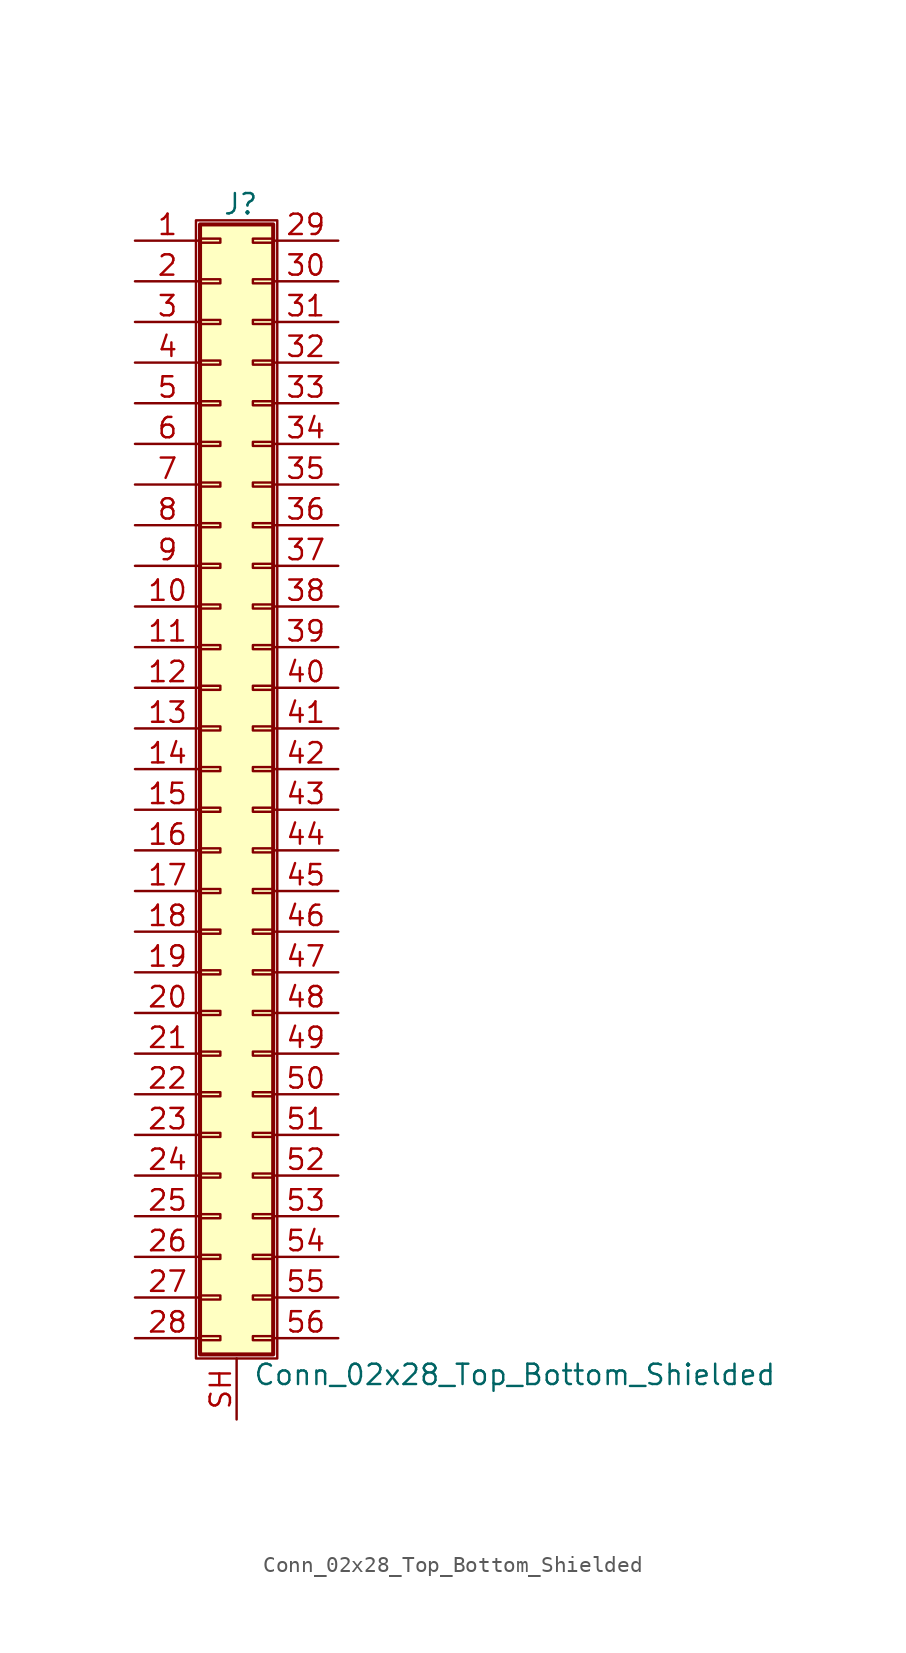
<source format=kicad_sym>
(kicad_symbol_lib
  (version 20201005)
  (generator kicad_symbol_editor)
  (symbol "Conn_02x28_Top_Bottom_Shielded"
    (pin_names
      (offset 1.016) hide)
    (property "Reference" "J"
      (at 1.524 35.306 0)
      (effects (font (size 1.27 1.27))))
    (property "Value" "Conn_02x28_Top_Bottom_Shielded"
      (at 2.286 -37.846 0)
      (effects (font (size 1.27 1.27)) (justify left)))
    (symbol "Conn_02x28_Top_Bottom_Shielded_1_1"
      (rectangle (start -1.27 34.29) (end 3.81 -36.83) (stroke (width 0.152)) (fill (type none)))
      (rectangle (start -1.016 -35.433) (end 0.254 -35.687) (stroke (width 0.152)) (fill (type none)))
      (rectangle (start -1.016 -32.893) (end 0.254 -33.147) (stroke (width 0.152)) (fill (type none)))
      (rectangle (start -1.016 -30.353) (end 0.254 -30.607) (stroke (width 0.152)) (fill (type none)))
      (rectangle (start -1.016 -27.813) (end 0.254 -28.067) (stroke (width 0.152)) (fill (type none)))
      (rectangle (start -1.016 -25.273) (end 0.254 -25.527) (stroke (width 0.152)) (fill (type none)))
      (rectangle (start -1.016 -22.733) (end 0.254 -22.987) (stroke (width 0.152)) (fill (type none)))
      (rectangle (start -1.016 -20.193) (end 0.254 -20.447) (stroke (width 0.152)) (fill (type none)))
      (rectangle (start -1.016 -17.653) (end 0.254 -17.907) (stroke (width 0.152)) (fill (type none)))
      (rectangle (start -1.016 -15.113) (end 0.254 -15.367) (stroke (width 0.152)) (fill (type none)))
      (rectangle (start -1.016 -12.573) (end 0.254 -12.827) (stroke (width 0.152)) (fill (type none)))
      (rectangle (start -1.016 -10.033) (end 0.254 -10.287) (stroke (width 0.152)) (fill (type none)))
      (rectangle (start -1.016 -7.493) (end 0.254 -7.747) (stroke (width 0.152)) (fill (type none)))
      (rectangle (start -1.016 -4.953) (end 0.254 -5.207) (stroke (width 0.152)) (fill (type none)))
      (rectangle (start -1.016 -2.413) (end 0.254 -2.667) (stroke (width 0.152)) (fill (type none)))
      (rectangle (start -1.016 0.127) (end 0.254 -0.127) (stroke (width 0.152)) (fill (type none)))
      (rectangle (start -1.016 2.667) (end 0.254 2.413) (stroke (width 0.152)) (fill (type none)))
      (rectangle (start -1.016 5.207) (end 0.254 4.953) (stroke (width 0.152)) (fill (type none)))
      (rectangle (start -1.016 7.747) (end 0.254 7.493) (stroke (width 0.152)) (fill (type none)))
      (rectangle (start -1.016 10.287) (end 0.254 10.033) (stroke (width 0.152)) (fill (type none)))
      (rectangle (start -1.016 12.827) (end 0.254 12.573) (stroke (width 0.152)) (fill (type none)))
      (rectangle (start -1.016 15.367) (end 0.254 15.113) (stroke (width 0.152)) (fill (type none)))
      (rectangle (start -1.016 17.907) (end 0.254 17.653) (stroke (width 0.152)) (fill (type none)))
      (rectangle (start -1.016 20.447) (end 0.254 20.193) (stroke (width 0.152)) (fill (type none)))
      (rectangle (start -1.016 22.987) (end 0.254 22.733) (stroke (width 0.152)) (fill (type none)))
      (rectangle (start -1.016 25.527) (end 0.254 25.273) (stroke (width 0.152)) (fill (type none)))
      (rectangle (start -1.016 28.067) (end 0.254 27.813) (stroke (width 0.152)) (fill (type none)))
      (rectangle (start -1.016 30.607) (end 0.254 30.353) (stroke (width 0.152)) (fill (type none)))
      (rectangle (start -1.016 33.147) (end 0.254 32.893) (stroke (width 0.152)) (fill (type none)))
      (rectangle (start -1.016 34.036) (end 3.556 -36.576) (stroke (width 0.254)) (fill (type background)))
      (rectangle (start 3.556 -35.433) (end 2.286 -35.687) (stroke (width 0.152)) (fill (type none)))
      (rectangle (start 3.556 -32.893) (end 2.286 -33.147) (stroke (width 0.152)) (fill (type none)))
      (rectangle (start 3.556 -30.353) (end 2.286 -30.607) (stroke (width 0.152)) (fill (type none)))
      (rectangle (start 3.556 -27.813) (end 2.286 -28.067) (stroke (width 0.152)) (fill (type none)))
      (rectangle (start 3.556 -25.273) (end 2.286 -25.527) (stroke (width 0.152)) (fill (type none)))
      (rectangle (start 3.556 -22.733) (end 2.286 -22.987) (stroke (width 0.152)) (fill (type none)))
      (rectangle (start 3.556 -20.193) (end 2.286 -20.447) (stroke (width 0.152)) (fill (type none)))
      (rectangle (start 3.556 -17.653) (end 2.286 -17.907) (stroke (width 0.152)) (fill (type none)))
      (rectangle (start 3.556 -15.113) (end 2.286 -15.367) (stroke (width 0.152)) (fill (type none)))
      (rectangle (start 3.556 -12.573) (end 2.286 -12.827) (stroke (width 0.152)) (fill (type none)))
      (rectangle (start 3.556 -10.033) (end 2.286 -10.287) (stroke (width 0.152)) (fill (type none)))
      (rectangle (start 3.556 -7.493) (end 2.286 -7.747) (stroke (width 0.152)) (fill (type none)))
      (rectangle (start 3.556 -4.953) (end 2.286 -5.207) (stroke (width 0.152)) (fill (type none)))
      (rectangle (start 3.556 -2.413) (end 2.286 -2.667) (stroke (width 0.152)) (fill (type none)))
      (rectangle (start 3.556 0.127) (end 2.286 -0.127) (stroke (width 0.152)) (fill (type none)))
      (rectangle (start 3.556 2.667) (end 2.286 2.413) (stroke (width 0.152)) (fill (type none)))
      (rectangle (start 3.556 5.207) (end 2.286 4.953) (stroke (width 0.152)) (fill (type none)))
      (rectangle (start 3.556 7.747) (end 2.286 7.493) (stroke (width 0.152)) (fill (type none)))
      (rectangle (start 3.556 10.287) (end 2.286 10.033) (stroke (width 0.152)) (fill (type none)))
      (rectangle (start 3.556 12.827) (end 2.286 12.573) (stroke (width 0.152)) (fill (type none)))
      (rectangle (start 3.556 15.367) (end 2.286 15.113) (stroke (width 0.152)) (fill (type none)))
      (rectangle (start 3.556 17.907) (end 2.286 17.653) (stroke (width 0.152)) (fill (type none)))
      (rectangle (start 3.556 20.447) (end 2.286 20.193) (stroke (width 0.152)) (fill (type none)))
      (rectangle (start 3.556 22.987) (end 2.286 22.733) (stroke (width 0.152)) (fill (type none)))
      (rectangle (start 3.556 25.527) (end 2.286 25.273) (stroke (width 0.152)) (fill (type none)))
      (rectangle (start 3.556 28.067) (end 2.286 27.813) (stroke (width 0.152)) (fill (type none)))
      (rectangle (start 3.556 30.607) (end 2.286 30.353) (stroke (width 0.152)) (fill (type none)))
      (rectangle (start 3.556 33.147) (end 2.286 32.893) (stroke (width 0.152)) (fill (type none)))
      (pin passive line (at -5.08 33.02 0) (length 4.064) (name "Pin_1" (effects (font (size 1.27 1.27)))) (number "1" (effects (font (size 1.27 1.27)))))
      (pin passive line (at -5.08 10.16 0) (length 4.064) (name "Pin_10" (effects (font (size 1.27 1.27)))) (number "10" (effects (font (size 1.27 1.27)))))
      (pin passive line (at -5.08 7.62 0) (length 4.064) (name "Pin_11" (effects (font (size 1.27 1.27)))) (number "11" (effects (font (size 1.27 1.27)))))
      (pin passive line (at -5.08 5.08 0) (length 4.064) (name "Pin_12" (effects (font (size 1.27 1.27)))) (number "12" (effects (font (size 1.27 1.27)))))
      (pin passive line (at -5.08 2.54 0) (length 4.064) (name "Pin_13" (effects (font (size 1.27 1.27)))) (number "13" (effects (font (size 1.27 1.27)))))
      (pin passive line (at -5.08 0 0) (length 4.064) (name "Pin_14" (effects (font (size 1.27 1.27)))) (number "14" (effects (font (size 1.27 1.27)))))
      (pin passive line (at -5.08 -2.54 0) (length 4.064) (name "Pin_15" (effects (font (size 1.27 1.27)))) (number "15" (effects (font (size 1.27 1.27)))))
      (pin passive line (at -5.08 -5.08 0) (length 4.064) (name "Pin_16" (effects (font (size 1.27 1.27)))) (number "16" (effects (font (size 1.27 1.27)))))
      (pin passive line (at -5.08 -7.62 0) (length 4.064) (name "Pin_17" (effects (font (size 1.27 1.27)))) (number "17" (effects (font (size 1.27 1.27)))))
      (pin passive line (at -5.08 -10.16 0) (length 4.064) (name "Pin_18" (effects (font (size 1.27 1.27)))) (number "18" (effects (font (size 1.27 1.27)))))
      (pin passive line (at -5.08 -12.7 0) (length 4.064) (name "Pin_19" (effects (font (size 1.27 1.27)))) (number "19" (effects (font (size 1.27 1.27)))))
      (pin passive line (at -5.08 30.48 0) (length 4.064) (name "Pin_2" (effects (font (size 1.27 1.27)))) (number "2" (effects (font (size 1.27 1.27)))))
      (pin passive line (at -5.08 -15.24 0) (length 4.064) (name "Pin_20" (effects (font (size 1.27 1.27)))) (number "20" (effects (font (size 1.27 1.27)))))
      (pin passive line (at -5.08 -17.78 0) (length 4.064) (name "Pin_21" (effects (font (size 1.27 1.27)))) (number "21" (effects (font (size 1.27 1.27)))))
      (pin passive line (at -5.08 -20.32 0) (length 4.064) (name "Pin_22" (effects (font (size 1.27 1.27)))) (number "22" (effects (font (size 1.27 1.27)))))
      (pin passive line (at -5.08 -22.86 0) (length 4.064) (name "Pin_23" (effects (font (size 1.27 1.27)))) (number "23" (effects (font (size 1.27 1.27)))))
      (pin passive line (at -5.08 -25.4 0) (length 4.064) (name "Pin_24" (effects (font (size 1.27 1.27)))) (number "24" (effects (font (size 1.27 1.27)))))
      (pin passive line (at -5.08 -27.94 0) (length 4.064) (name "Pin_25" (effects (font (size 1.27 1.27)))) (number "25" (effects (font (size 1.27 1.27)))))
      (pin passive line (at -5.08 -30.48 0) (length 4.064) (name "Pin_26" (effects (font (size 1.27 1.27)))) (number "26" (effects (font (size 1.27 1.27)))))
      (pin passive line (at -5.08 -33.02 0) (length 4.064) (name "Pin_27" (effects (font (size 1.27 1.27)))) (number "27" (effects (font (size 1.27 1.27)))))
      (pin passive line (at -5.08 -35.56 0) (length 4.064) (name "Pin_28" (effects (font (size 1.27 1.27)))) (number "28" (effects (font (size 1.27 1.27)))))
      (pin passive line (at 7.62 33.02 180) (length 4.064) (name "Pin_29" (effects (font (size 1.27 1.27)))) (number "29" (effects (font (size 1.27 1.27)))))
      (pin passive line (at -5.08 27.94 0) (length 4.064) (name "Pin_3" (effects (font (size 1.27 1.27)))) (number "3" (effects (font (size 1.27 1.27)))))
      (pin passive line (at 7.62 30.48 180) (length 4.064) (name "Pin_30" (effects (font (size 1.27 1.27)))) (number "30" (effects (font (size 1.27 1.27)))))
      (pin passive line (at 7.62 27.94 180) (length 4.064) (name "Pin_31" (effects (font (size 1.27 1.27)))) (number "31" (effects (font (size 1.27 1.27)))))
      (pin passive line (at 7.62 25.4 180) (length 4.064) (name "Pin_32" (effects (font (size 1.27 1.27)))) (number "32" (effects (font (size 1.27 1.27)))))
      (pin passive line (at 7.62 22.86 180) (length 4.064) (name "Pin_33" (effects (font (size 1.27 1.27)))) (number "33" (effects (font (size 1.27 1.27)))))
      (pin passive line (at 7.62 20.32 180) (length 4.064) (name "Pin_34" (effects (font (size 1.27 1.27)))) (number "34" (effects (font (size 1.27 1.27)))))
      (pin passive line (at 7.62 17.78 180) (length 4.064) (name "Pin_35" (effects (font (size 1.27 1.27)))) (number "35" (effects (font (size 1.27 1.27)))))
      (pin passive line (at 7.62 15.24 180) (length 4.064) (name "Pin_36" (effects (font (size 1.27 1.27)))) (number "36" (effects (font (size 1.27 1.27)))))
      (pin passive line (at 7.62 12.7 180) (length 4.064) (name "Pin_37" (effects (font (size 1.27 1.27)))) (number "37" (effects (font (size 1.27 1.27)))))
      (pin passive line (at 7.62 10.16 180) (length 4.064) (name "Pin_38" (effects (font (size 1.27 1.27)))) (number "38" (effects (font (size 1.27 1.27)))))
      (pin passive line (at 7.62 7.62 180) (length 4.064) (name "Pin_39" (effects (font (size 1.27 1.27)))) (number "39" (effects (font (size 1.27 1.27)))))
      (pin passive line (at -5.08 25.4 0) (length 4.064) (name "Pin_4" (effects (font (size 1.27 1.27)))) (number "4" (effects (font (size 1.27 1.27)))))
      (pin passive line (at 7.62 5.08 180) (length 4.064) (name "Pin_40" (effects (font (size 1.27 1.27)))) (number "40" (effects (font (size 1.27 1.27)))))
      (pin passive line (at 7.62 2.54 180) (length 4.064) (name "Pin_41" (effects (font (size 1.27 1.27)))) (number "41" (effects (font (size 1.27 1.27)))))
      (pin passive line (at 7.62 0 180) (length 4.064) (name "Pin_42" (effects (font (size 1.27 1.27)))) (number "42" (effects (font (size 1.27 1.27)))))
      (pin passive line (at 7.62 -2.54 180) (length 4.064) (name "Pin_43" (effects (font (size 1.27 1.27)))) (number "43" (effects (font (size 1.27 1.27)))))
      (pin passive line (at 7.62 -5.08 180) (length 4.064) (name "Pin_44" (effects (font (size 1.27 1.27)))) (number "44" (effects (font (size 1.27 1.27)))))
      (pin passive line (at 7.62 -7.62 180) (length 4.064) (name "Pin_45" (effects (font (size 1.27 1.27)))) (number "45" (effects (font (size 1.27 1.27)))))
      (pin passive line (at 7.62 -10.16 180) (length 4.064) (name "Pin_46" (effects (font (size 1.27 1.27)))) (number "46" (effects (font (size 1.27 1.27)))))
      (pin passive line (at 7.62 -12.7 180) (length 4.064) (name "Pin_47" (effects (font (size 1.27 1.27)))) (number "47" (effects (font (size 1.27 1.27)))))
      (pin passive line (at 7.62 -15.24 180) (length 4.064) (name "Pin_48" (effects (font (size 1.27 1.27)))) (number "48" (effects (font (size 1.27 1.27)))))
      (pin passive line (at 7.62 -17.78 180) (length 4.064) (name "Pin_49" (effects (font (size 1.27 1.27)))) (number "49" (effects (font (size 1.27 1.27)))))
      (pin passive line (at -5.08 22.86 0) (length 4.064) (name "Pin_5" (effects (font (size 1.27 1.27)))) (number "5" (effects (font (size 1.27 1.27)))))
      (pin passive line (at 7.62 -20.32 180) (length 4.064) (name "Pin_50" (effects (font (size 1.27 1.27)))) (number "50" (effects (font (size 1.27 1.27)))))
      (pin passive line (at 7.62 -22.86 180) (length 4.064) (name "Pin_51" (effects (font (size 1.27 1.27)))) (number "51" (effects (font (size 1.27 1.27)))))
      (pin passive line (at 7.62 -25.4 180) (length 4.064) (name "Pin_52" (effects (font (size 1.27 1.27)))) (number "52" (effects (font (size 1.27 1.27)))))
      (pin passive line (at 7.62 -27.94 180) (length 4.064) (name "Pin_53" (effects (font (size 1.27 1.27)))) (number "53" (effects (font (size 1.27 1.27)))))
      (pin passive line (at 7.62 -30.48 180) (length 4.064) (name "Pin_54" (effects (font (size 1.27 1.27)))) (number "54" (effects (font (size 1.27 1.27)))))
      (pin passive line (at 7.62 -33.02 180) (length 4.064) (name "Pin_55" (effects (font (size 1.27 1.27)))) (number "55" (effects (font (size 1.27 1.27)))))
      (pin passive line (at 7.62 -35.56 180) (length 4.064) (name "Pin_56" (effects (font (size 1.27 1.27)))) (number "56" (effects (font (size 1.27 1.27)))))
      (pin passive line (at -5.08 20.32 0) (length 4.064) (name "Pin_6" (effects (font (size 1.27 1.27)))) (number "6" (effects (font (size 1.27 1.27)))))
      (pin passive line (at -5.08 17.78 0) (length 4.064) (name "Pin_7" (effects (font (size 1.27 1.27)))) (number "7" (effects (font (size 1.27 1.27)))))
      (pin passive line (at -5.08 15.24 0) (length 4.064) (name "Pin_8" (effects (font (size 1.27 1.27)))) (number "8" (effects (font (size 1.27 1.27)))))
      (pin passive line (at -5.08 12.7 0) (length 4.064) (name "Pin_9" (effects (font (size 1.27 1.27)))) (number "9" (effects (font (size 1.27 1.27)))))
      (pin passive line (at 1.27 -40.64 90) (length 3.81) (name "Shield" (effects (font (size 1.27 1.27)))) (number "SH" (effects (font (size 1.27 1.27))))))))
</source>
